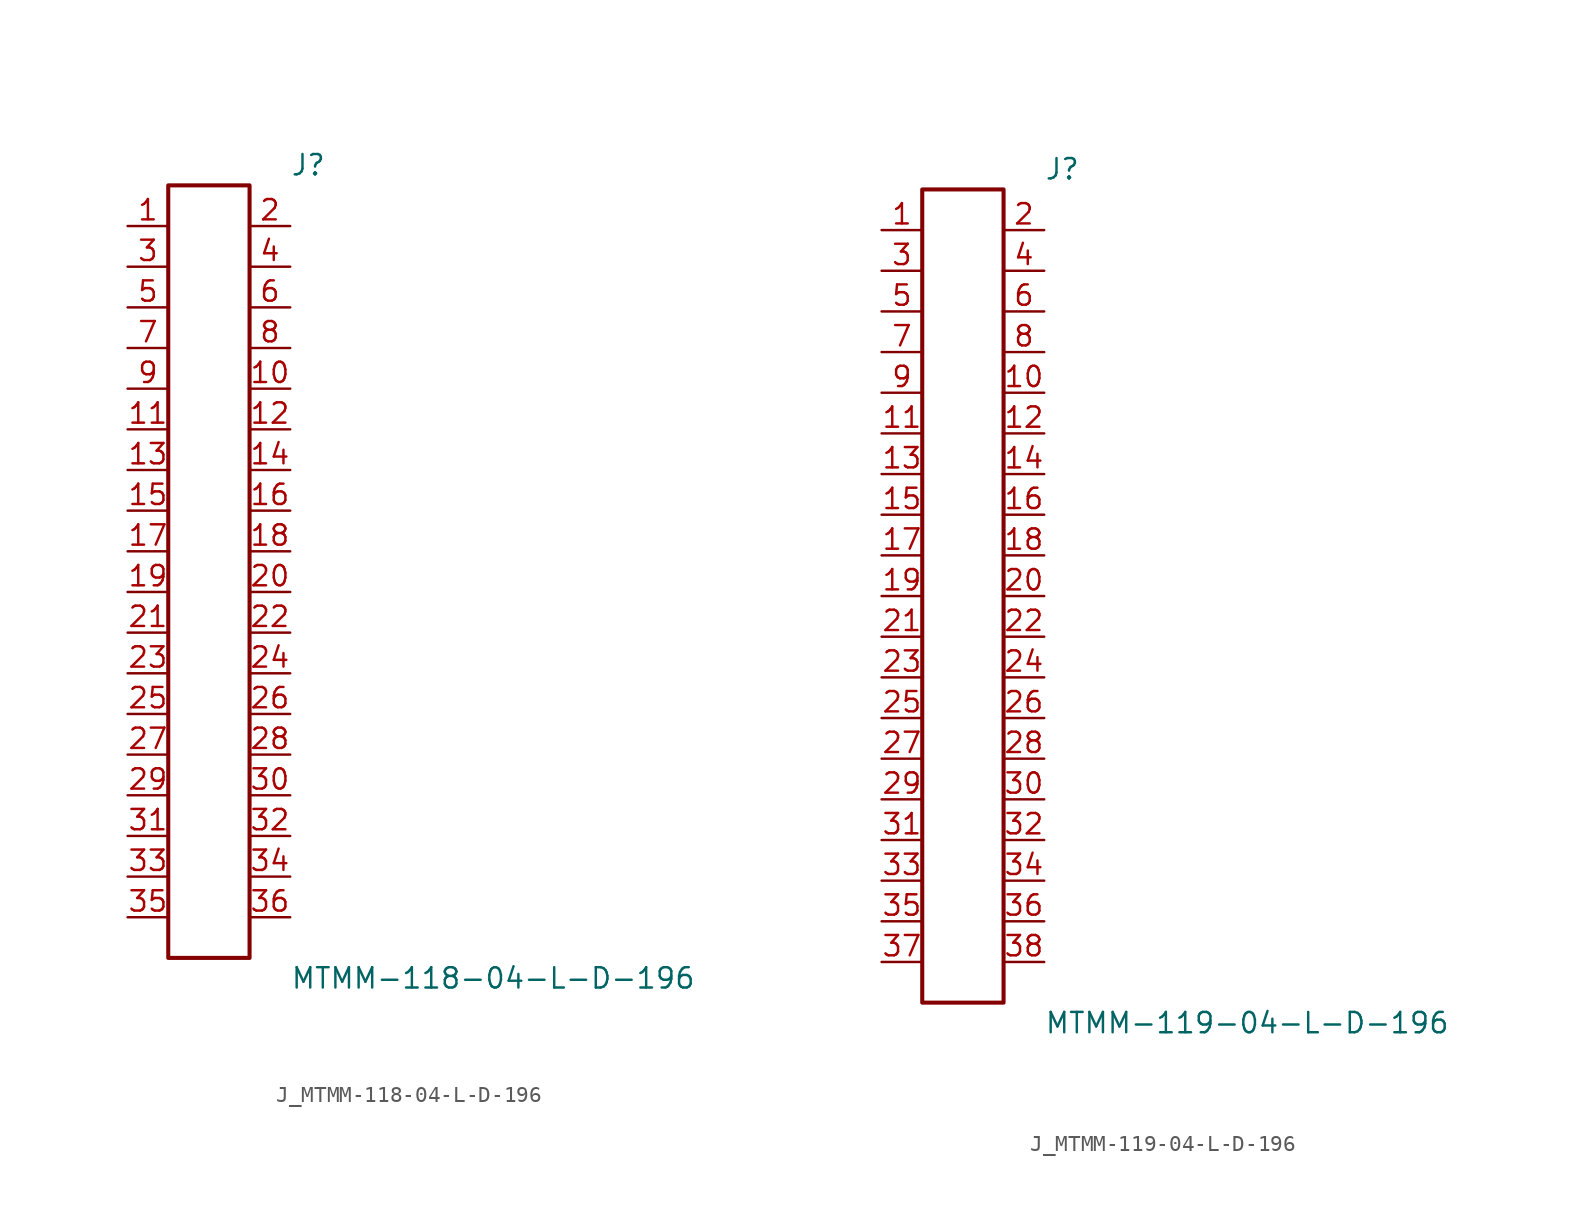
<source format=kicad_sym>
(kicad_symbol_lib
  (version 20231120)
  (generator kicad_symbol_editor)
  (generator_version 8.0)
  (symbol "J_MTMM-118-04-L-D-196"
    (pin_names
      (offset 0.254))
    (property "Reference" "J"
      (at 5.08 25.4 0)
      (effects (font (size 1.27 1.27)) (justify left)))
    (property "Value" "MTMM-118-04-L-D-196"
      (at 5.08 -25.4 0)
      (effects (font (size 1.27 1.27)) (justify left)))
    (symbol "J_MTMM-118-04-L-D-196_0_0"
      (pin passive line (at -5.08 21.59 0) (length 2.54) (name "" (effects (font (size 1.27 1.27)))) (number "1" (effects (font (size 1.27 1.27)))))
      (pin passive line (at 5.08 21.59 180) (length 2.54) (name "" (effects (font (size 1.27 1.27)))) (number "2" (effects (font (size 1.27 1.27)))))
      (pin passive line (at -5.08 19.05 0) (length 2.54) (name "" (effects (font (size 1.27 1.27)))) (number "3" (effects (font (size 1.27 1.27)))))
      (pin passive line (at 5.08 19.05 180) (length 2.54) (name "" (effects (font (size 1.27 1.27)))) (number "4" (effects (font (size 1.27 1.27)))))
      (pin passive line (at -5.08 16.51 0) (length 2.54) (name "" (effects (font (size 1.27 1.27)))) (number "5" (effects (font (size 1.27 1.27)))))
      (pin passive line (at 5.08 16.51 180) (length 2.54) (name "" (effects (font (size 1.27 1.27)))) (number "6" (effects (font (size 1.27 1.27)))))
      (pin passive line (at -5.08 13.97 0) (length 2.54) (name "" (effects (font (size 1.27 1.27)))) (number "7" (effects (font (size 1.27 1.27)))))
      (pin passive line (at 5.08 13.97 180) (length 2.54) (name "" (effects (font (size 1.27 1.27)))) (number "8" (effects (font (size 1.27 1.27)))))
      (pin passive line (at -5.08 11.43 0) (length 2.54) (name "" (effects (font (size 1.27 1.27)))) (number "9" (effects (font (size 1.27 1.27)))))
      (pin passive line (at 5.08 11.43 180) (length 2.54) (name "" (effects (font (size 1.27 1.27)))) (number "10" (effects (font (size 1.27 1.27)))))
      (pin passive line (at -5.08 8.89 0) (length 2.54) (name "" (effects (font (size 1.27 1.27)))) (number "11" (effects (font (size 1.27 1.27)))))
      (pin passive line (at 5.08 8.89 180) (length 2.54) (name "" (effects (font (size 1.27 1.27)))) (number "12" (effects (font (size 1.27 1.27)))))
      (pin passive line (at -5.08 6.35 0) (length 2.54) (name "" (effects (font (size 1.27 1.27)))) (number "13" (effects (font (size 1.27 1.27)))))
      (pin passive line (at 5.08 6.35 180) (length 2.54) (name "" (effects (font (size 1.27 1.27)))) (number "14" (effects (font (size 1.27 1.27)))))
      (pin passive line (at -5.08 3.81 0) (length 2.54) (name "" (effects (font (size 1.27 1.27)))) (number "15" (effects (font (size 1.27 1.27)))))
      (pin passive line (at 5.08 3.81 180) (length 2.54) (name "" (effects (font (size 1.27 1.27)))) (number "16" (effects (font (size 1.27 1.27)))))
      (pin passive line (at -5.08 1.27 0) (length 2.54) (name "" (effects (font (size 1.27 1.27)))) (number "17" (effects (font (size 1.27 1.27)))))
      (pin passive line (at 5.08 1.27 180) (length 2.54) (name "" (effects (font (size 1.27 1.27)))) (number "18" (effects (font (size 1.27 1.27)))))
      (pin passive line (at -5.08 -1.27 0) (length 2.54) (name "" (effects (font (size 1.27 1.27)))) (number "19" (effects (font (size 1.27 1.27)))))
      (pin passive line (at 5.08 -1.27 180) (length 2.54) (name "" (effects (font (size 1.27 1.27)))) (number "20" (effects (font (size 1.27 1.27)))))
      (pin passive line (at -5.08 -3.81 0) (length 2.54) (name "" (effects (font (size 1.27 1.27)))) (number "21" (effects (font (size 1.27 1.27)))))
      (pin passive line (at 5.08 -3.81 180) (length 2.54) (name "" (effects (font (size 1.27 1.27)))) (number "22" (effects (font (size 1.27 1.27)))))
      (pin passive line (at -5.08 -6.35 0) (length 2.54) (name "" (effects (font (size 1.27 1.27)))) (number "23" (effects (font (size 1.27 1.27)))))
      (pin passive line (at 5.08 -6.35 180) (length 2.54) (name "" (effects (font (size 1.27 1.27)))) (number "24" (effects (font (size 1.27 1.27)))))
      (pin passive line (at -5.08 -8.89 0) (length 2.54) (name "" (effects (font (size 1.27 1.27)))) (number "25" (effects (font (size 1.27 1.27)))))
      (pin passive line (at 5.08 -8.89 180) (length 2.54) (name "" (effects (font (size 1.27 1.27)))) (number "26" (effects (font (size 1.27 1.27)))))
      (pin passive line (at -5.08 -11.43 0) (length 2.54) (name "" (effects (font (size 1.27 1.27)))) (number "27" (effects (font (size 1.27 1.27)))))
      (pin passive line (at 5.08 -11.43 180) (length 2.54) (name "" (effects (font (size 1.27 1.27)))) (number "28" (effects (font (size 1.27 1.27)))))
      (pin passive line (at -5.08 -13.97 0) (length 2.54) (name "" (effects (font (size 1.27 1.27)))) (number "29" (effects (font (size 1.27 1.27)))))
      (pin passive line (at 5.08 -13.97 180) (length 2.54) (name "" (effects (font (size 1.27 1.27)))) (number "30" (effects (font (size 1.27 1.27)))))
      (pin passive line (at -5.08 -16.51 0) (length 2.54) (name "" (effects (font (size 1.27 1.27)))) (number "31" (effects (font (size 1.27 1.27)))))
      (pin passive line (at 5.08 -16.51 180) (length 2.54) (name "" (effects (font (size 1.27 1.27)))) (number "32" (effects (font (size 1.27 1.27)))))
      (pin passive line (at -5.08 -19.05 0) (length 2.54) (name "" (effects (font (size 1.27 1.27)))) (number "33" (effects (font (size 1.27 1.27)))))
      (pin passive line (at 5.08 -19.05 180) (length 2.54) (name "" (effects (font (size 1.27 1.27)))) (number "34" (effects (font (size 1.27 1.27)))))
      (pin passive line (at -5.08 -21.59 0) (length 2.54) (name "" (effects (font (size 1.27 1.27)))) (number "35" (effects (font (size 1.27 1.27)))))
      (pin passive line (at 5.08 -21.59 180) (length 2.54) (name "" (effects (font (size 1.27 1.27)))) (number "36" (effects (font (size 1.27 1.27))))))
    (symbol "J_MTMM-118-04-L-D-196_1_0"
      (rectangle (start -2.54 24.13) (end 2.54 -24.13) (stroke (width 0.254) (type solid)) (fill (type none)))))
  (symbol "J_MTMM-119-04-L-D-196"
    (pin_names
      (offset 0.254))
    (property "Reference" "J"
      (at 5.08 26.67 0)
      (effects (font (size 1.27 1.27)) (justify left)))
    (property "Value" "MTMM-119-04-L-D-196"
      (at 5.08 -26.67 0)
      (effects (font (size 1.27 1.27)) (justify left)))
    (symbol "J_MTMM-119-04-L-D-196_0_0"
      (pin passive line (at -5.08 22.86 0) (length 2.54) (name "" (effects (font (size 1.27 1.27)))) (number "1" (effects (font (size 1.27 1.27)))))
      (pin passive line (at 5.08 22.86 180) (length 2.54) (name "" (effects (font (size 1.27 1.27)))) (number "2" (effects (font (size 1.27 1.27)))))
      (pin passive line (at -5.08 20.32 0) (length 2.54) (name "" (effects (font (size 1.27 1.27)))) (number "3" (effects (font (size 1.27 1.27)))))
      (pin passive line (at 5.08 20.32 180) (length 2.54) (name "" (effects (font (size 1.27 1.27)))) (number "4" (effects (font (size 1.27 1.27)))))
      (pin passive line (at -5.08 17.78 0) (length 2.54) (name "" (effects (font (size 1.27 1.27)))) (number "5" (effects (font (size 1.27 1.27)))))
      (pin passive line (at 5.08 17.78 180) (length 2.54) (name "" (effects (font (size 1.27 1.27)))) (number "6" (effects (font (size 1.27 1.27)))))
      (pin passive line (at -5.08 15.24 0) (length 2.54) (name "" (effects (font (size 1.27 1.27)))) (number "7" (effects (font (size 1.27 1.27)))))
      (pin passive line (at 5.08 15.24 180) (length 2.54) (name "" (effects (font (size 1.27 1.27)))) (number "8" (effects (font (size 1.27 1.27)))))
      (pin passive line (at -5.08 12.7 0) (length 2.54) (name "" (effects (font (size 1.27 1.27)))) (number "9" (effects (font (size 1.27 1.27)))))
      (pin passive line (at 5.08 12.7 180) (length 2.54) (name "" (effects (font (size 1.27 1.27)))) (number "10" (effects (font (size 1.27 1.27)))))
      (pin passive line (at -5.08 10.16 0) (length 2.54) (name "" (effects (font (size 1.27 1.27)))) (number "11" (effects (font (size 1.27 1.27)))))
      (pin passive line (at 5.08 10.16 180) (length 2.54) (name "" (effects (font (size 1.27 1.27)))) (number "12" (effects (font (size 1.27 1.27)))))
      (pin passive line (at -5.08 7.62 0) (length 2.54) (name "" (effects (font (size 1.27 1.27)))) (number "13" (effects (font (size 1.27 1.27)))))
      (pin passive line (at 5.08 7.62 180) (length 2.54) (name "" (effects (font (size 1.27 1.27)))) (number "14" (effects (font (size 1.27 1.27)))))
      (pin passive line (at -5.08 5.08 0) (length 2.54) (name "" (effects (font (size 1.27 1.27)))) (number "15" (effects (font (size 1.27 1.27)))))
      (pin passive line (at 5.08 5.08 180) (length 2.54) (name "" (effects (font (size 1.27 1.27)))) (number "16" (effects (font (size 1.27 1.27)))))
      (pin passive line (at -5.08 2.54 0) (length 2.54) (name "" (effects (font (size 1.27 1.27)))) (number "17" (effects (font (size 1.27 1.27)))))
      (pin passive line (at 5.08 2.54 180) (length 2.54) (name "" (effects (font (size 1.27 1.27)))) (number "18" (effects (font (size 1.27 1.27)))))
      (pin passive line (at -5.08 0.0 0) (length 2.54) (name "" (effects (font (size 1.27 1.27)))) (number "19" (effects (font (size 1.27 1.27)))))
      (pin passive line (at 5.08 0.0 180) (length 2.54) (name "" (effects (font (size 1.27 1.27)))) (number "20" (effects (font (size 1.27 1.27)))))
      (pin passive line (at -5.08 -2.54 0) (length 2.54) (name "" (effects (font (size 1.27 1.27)))) (number "21" (effects (font (size 1.27 1.27)))))
      (pin passive line (at 5.08 -2.54 180) (length 2.54) (name "" (effects (font (size 1.27 1.27)))) (number "22" (effects (font (size 1.27 1.27)))))
      (pin passive line (at -5.08 -5.08 0) (length 2.54) (name "" (effects (font (size 1.27 1.27)))) (number "23" (effects (font (size 1.27 1.27)))))
      (pin passive line (at 5.08 -5.08 180) (length 2.54) (name "" (effects (font (size 1.27 1.27)))) (number "24" (effects (font (size 1.27 1.27)))))
      (pin passive line (at -5.08 -7.62 0) (length 2.54) (name "" (effects (font (size 1.27 1.27)))) (number "25" (effects (font (size 1.27 1.27)))))
      (pin passive line (at 5.08 -7.62 180) (length 2.54) (name "" (effects (font (size 1.27 1.27)))) (number "26" (effects (font (size 1.27 1.27)))))
      (pin passive line (at -5.08 -10.16 0) (length 2.54) (name "" (effects (font (size 1.27 1.27)))) (number "27" (effects (font (size 1.27 1.27)))))
      (pin passive line (at 5.08 -10.16 180) (length 2.54) (name "" (effects (font (size 1.27 1.27)))) (number "28" (effects (font (size 1.27 1.27)))))
      (pin passive line (at -5.08 -12.7 0) (length 2.54) (name "" (effects (font (size 1.27 1.27)))) (number "29" (effects (font (size 1.27 1.27)))))
      (pin passive line (at 5.08 -12.7 180) (length 2.54) (name "" (effects (font (size 1.27 1.27)))) (number "30" (effects (font (size 1.27 1.27)))))
      (pin passive line (at -5.08 -15.24 0) (length 2.54) (name "" (effects (font (size 1.27 1.27)))) (number "31" (effects (font (size 1.27 1.27)))))
      (pin passive line (at 5.08 -15.24 180) (length 2.54) (name "" (effects (font (size 1.27 1.27)))) (number "32" (effects (font (size 1.27 1.27)))))
      (pin passive line (at -5.08 -17.78 0) (length 2.54) (name "" (effects (font (size 1.27 1.27)))) (number "33" (effects (font (size 1.27 1.27)))))
      (pin passive line (at 5.08 -17.78 180) (length 2.54) (name "" (effects (font (size 1.27 1.27)))) (number "34" (effects (font (size 1.27 1.27)))))
      (pin passive line (at -5.08 -20.32 0) (length 2.54) (name "" (effects (font (size 1.27 1.27)))) (number "35" (effects (font (size 1.27 1.27)))))
      (pin passive line (at 5.08 -20.32 180) (length 2.54) (name "" (effects (font (size 1.27 1.27)))) (number "36" (effects (font (size 1.27 1.27)))))
      (pin passive line (at -5.08 -22.86 0) (length 2.54) (name "" (effects (font (size 1.27 1.27)))) (number "37" (effects (font (size 1.27 1.27)))))
      (pin passive line (at 5.08 -22.86 180) (length 2.54) (name "" (effects (font (size 1.27 1.27)))) (number "38" (effects (font (size 1.27 1.27))))))
    (symbol "J_MTMM-119-04-L-D-196_1_0"
      (rectangle (start -2.54 25.4) (end 2.54 -25.4) (stroke (width 0.254) (type solid)) (fill (type none))))))
</source>
